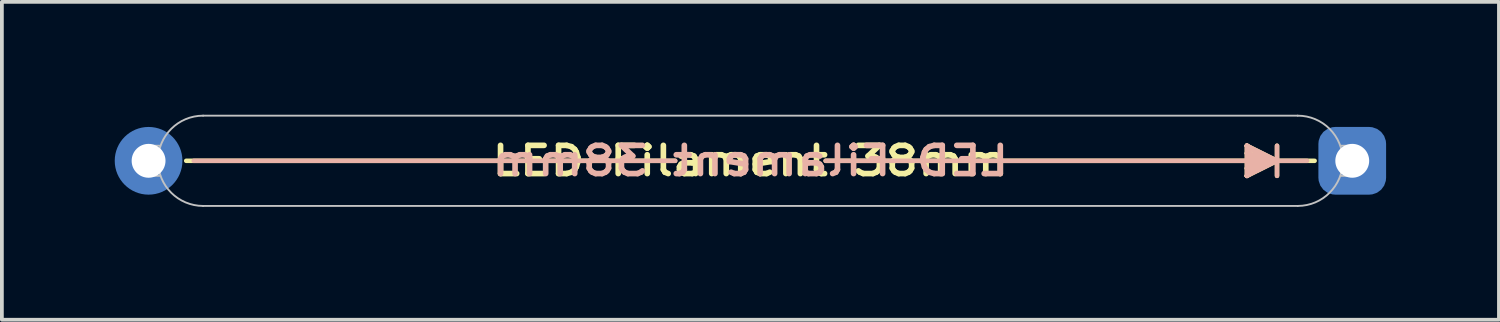
<source format=kicad_pcb>
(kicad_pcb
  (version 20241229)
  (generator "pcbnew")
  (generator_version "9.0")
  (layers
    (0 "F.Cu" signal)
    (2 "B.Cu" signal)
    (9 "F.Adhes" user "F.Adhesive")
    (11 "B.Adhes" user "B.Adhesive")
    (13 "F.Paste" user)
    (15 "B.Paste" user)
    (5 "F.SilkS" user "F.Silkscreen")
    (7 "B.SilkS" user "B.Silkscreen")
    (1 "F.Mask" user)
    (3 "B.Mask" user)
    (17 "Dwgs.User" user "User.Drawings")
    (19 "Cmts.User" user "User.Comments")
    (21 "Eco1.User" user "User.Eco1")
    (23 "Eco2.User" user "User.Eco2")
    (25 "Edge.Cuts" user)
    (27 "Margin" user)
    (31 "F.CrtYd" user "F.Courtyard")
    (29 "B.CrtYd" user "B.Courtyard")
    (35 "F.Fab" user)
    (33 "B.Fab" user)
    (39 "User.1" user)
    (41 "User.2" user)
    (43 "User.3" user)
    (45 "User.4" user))
  (footprint "LED Filament 38mm"
    (layer "F.Cu")
    (at 16.9 1.225)
    (property "Reference" "LED Filament 38mm" (at 0 0 0) (unlocked yes) (layer "F.SilkS") (effects (font (size 0.75 0.9) (thickness 0.15))))
    (fp_line (start -15 0) (end -2 0) (stroke (width 0.12) (type solid)) (layer "F.SilkS"))
    (fp_line (start 2 0) (end 15 0) (stroke (width 0.12) (type solid)) (layer "F.SilkS"))
    (fp_line (start 13.2 -0.4) (end 13.2 0.4) (stroke (width 0.12) (type solid)) (layer "F.SilkS"))
    (fp_line (start 13.2 -0.4) (end 13.6 0) (stroke (width 0.12) (type solid)) (layer "F.SilkS"))
    (fp_line (start 13.2 -0.4) (end 13.8 0) (stroke (width 0.12) (type solid)) (layer "F.SilkS"))
    (fp_line (start 13.2 -0.2) (end 13.4 0.1) (stroke (width 0.12) (type solid)) (layer "F.SilkS"))
    (fp_line (start 13.2 0.2) (end 13.6 0.1) (stroke (width 0.12) (type solid)) (layer "F.SilkS"))
    (fp_line (start 13.2 0.4) (end 13.4 -0.2) (stroke (width 0.12) (type solid)) (layer "F.SilkS"))
    (fp_line (start 13.2 0.4) (end 13.4 -0.15) (stroke (width 0.12) (type solid)) (layer "F.SilkS"))
    (fp_line (start 13.2 0.4) (end 14 0) (stroke (width 0.12) (type solid)) (layer "F.SilkS"))
    (fp_line (start 13.4 -0.15) (end 13.2 -0.2) (stroke (width 0.12) (type solid)) (layer "F.SilkS"))
    (fp_line (start 13.6 0) (end 13.2 0.2) (stroke (width 0.12) (type solid)) (layer "F.SilkS"))
    (fp_line (start 13.6 0.1) (end 13.2 -0.4) (stroke (width 0.12) (type solid)) (layer "F.SilkS"))
    (fp_line (start 13.6 0.1) (end 13.2 0.4) (stroke (width 0.12) (type solid)) (layer "F.SilkS"))
    (fp_line (start 13.8 0) (end 13.2 0.4) (stroke (width 0.12) (type solid)) (layer "F.SilkS"))
    (fp_line (start 14 -0.4) (end 14 0.4) (stroke (width 0.12) (type solid)) (layer "F.SilkS"))
    (fp_line (start 14 0) (end 13.2 -0.4) (stroke (width 0.12) (type solid)) (layer "F.SilkS"))
    (fp_line (start -2 0) (end -14.8 0) (stroke (width 0.12) (type solid)) (layer "B.SilkS"))
    (fp_line (start 2 0) (end 14.8 0) (stroke (width 0.12) (type solid)) (layer "B.SilkS"))
    (fp_line (start 13.2 -0.4) (end 13.4 0.15) (stroke (width 0.12) (type solid)) (layer "B.SilkS"))
    (fp_line (start 13.2 -0.4) (end 13.4 0.2) (stroke (width 0.12) (type solid)) (layer "B.SilkS"))
    (fp_line (start 13.2 -0.4) (end 14 0) (stroke (width 0.12) (type solid)) (layer "B.SilkS"))
    (fp_line (start 13.2 -0.2) (end 13.6 -0.1) (stroke (width 0.12) (type solid)) (layer "B.SilkS"))
    (fp_line (start 13.2 0.2) (end 13.4 -0.1) (stroke (width 0.12) (type solid)) (layer "B.SilkS"))
    (fp_line (start 13.2 0.4) (end 13.2 -0.4) (stroke (width 0.12) (type solid)) (layer "B.SilkS"))
    (fp_line (start 13.2 0.4) (end 13.6 0) (stroke (width 0.12) (type solid)) (layer "B.SilkS"))
    (fp_line (start 13.2 0.4) (end 13.8 0) (stroke (width 0.12) (type solid)) (layer "B.SilkS"))
    (fp_line (start 13.4 0.15) (end 13.2 0.2) (stroke (width 0.12) (type solid)) (layer "B.SilkS"))
    (fp_line (start 13.6 -0.1) (end 13.2 -0.4) (stroke (width 0.12) (type solid)) (layer "B.SilkS"))
    (fp_line (start 13.6 -0.1) (end 13.2 0.4) (stroke (width 0.12) (type solid)) (layer "B.SilkS"))
    (fp_line (start 13.6 0) (end 13.2 -0.2) (stroke (width 0.12) (type solid)) (layer "B.SilkS"))
    (fp_line (start 13.8 0) (end 13.2 -0.4) (stroke (width 0.12) (type solid)) (layer "B.SilkS"))
    (fp_line (start 14 0) (end 13.2 0.4) (stroke (width 0.12) (type solid)) (layer "B.SilkS"))
    (fp_line (start 14 0.4) (end 14 -0.4) (stroke (width 0.12) (type solid)) (layer "B.SilkS"))
    (fp_line (start -15.97 0.4) (end -15.97 -0.4) (stroke (width 0.05) (type solid)) (layer "Dwgs.User"))
    (fp_line (start -15.7 -0.4) (end -15.97 -0.4) (stroke (width 0.05) (type solid)) (layer "Dwgs.User"))
    (fp_line (start -15.7 0.4) (end -15.97 0.4) (stroke (width 0.05) (type solid)) (layer "Dwgs.User"))
    (fp_line (start -14.55 1.2) (end 14.55 1.2) (stroke (width 0.05) (type solid)) (layer "Dwgs.User"))
    (fp_line (start 14.55 -1.2) (end -14.55 -1.2) (stroke (width 0.05) (type solid)) (layer "Dwgs.User"))
    (fp_line (start 15.7 -0.4) (end 16 -0.4) (stroke (width 0.05) (type solid)) (layer "Dwgs.User"))
    (fp_line (start 15.7 0.4) (end 16 0.4) (stroke (width 0.05) (type solid)) (layer "Dwgs.User"))
    (fp_line (start 16 -0.4) (end 16 0.4) (stroke (width 0.05) (type solid)) (layer "Dwgs.User"))
    (fp_arc (start -14.55 1.2) (mid -15.75 0) (end -14.55 -1.2) (stroke (width 0.05) (type solid)) (layer "Dwgs.User"))
    (fp_arc (start 14.55 -1.2) (mid 15.75 0) (end 14.55 1.2) (stroke (width 0.05) (type solid)) (layer "Dwgs.User"))
    (fp_text user "${REFERENCE}" (at 0 0 0) (unlocked yes) (layer "B.SilkS") (effects (font (size 0.75 0.9) (thickness 0.15)) (justify mirror)))
    (pad "1" thru_hole roundrect (at 16 0 90) (size 1.2 1.2) (drill 0.9) (layers "*.Cu" "*.Mask") (remove_unused_layers yes) (keep_end_layers yes) (zone_layer_connections) (roundrect_rratio 0.25))
    (pad "1" smd roundrect (at 16 0 90) (size 1.8 1.8) (layers "B.Cu" "B.Mask") (roundrect_rratio 0.25))
    (pad "2" thru_hole circle (at -16 0 90) (size 1.2 1.2) (drill 0.9) (layers "*.Cu" "*.Mask") (remove_unused_layers yes) (keep_end_layers yes) (zone_layer_connections))
    (pad "2" smd circle (at -16 0 90) (size 1.8 1.8) (layers "B.Cu" "B.Mask")))
  (gr_rect
    (start -3 -3)
    (end 36.8 5.45)
    (stroke (width 0.1) (type default))
    (fill no)
    (layer "Edge.Cuts")))
</source>
